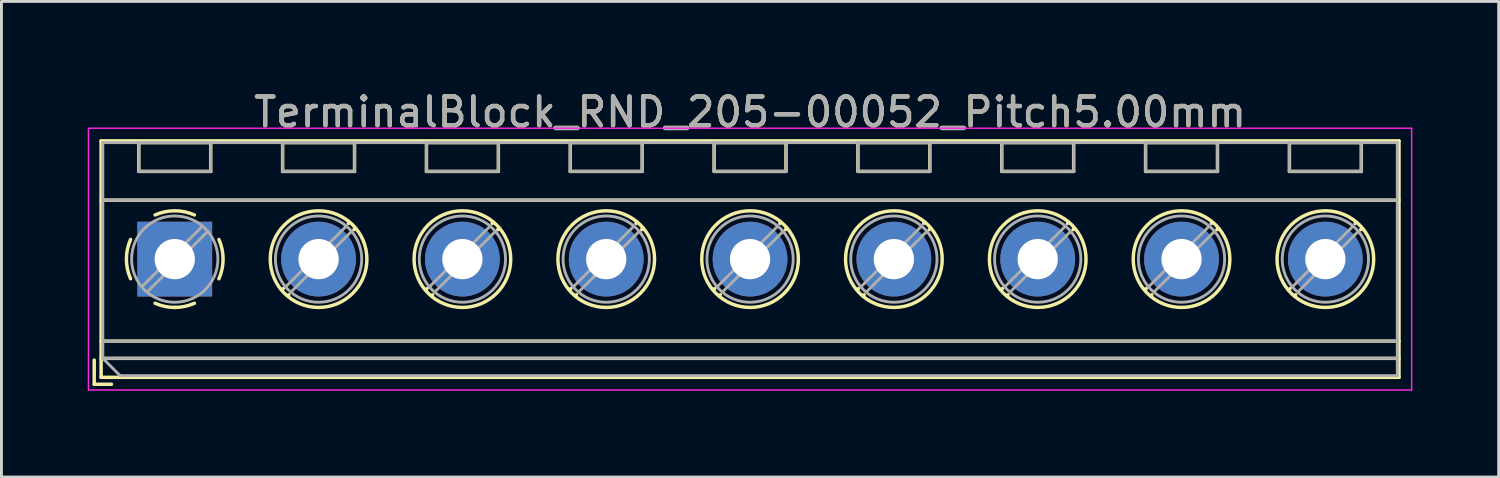
<source format=kicad_pcb>
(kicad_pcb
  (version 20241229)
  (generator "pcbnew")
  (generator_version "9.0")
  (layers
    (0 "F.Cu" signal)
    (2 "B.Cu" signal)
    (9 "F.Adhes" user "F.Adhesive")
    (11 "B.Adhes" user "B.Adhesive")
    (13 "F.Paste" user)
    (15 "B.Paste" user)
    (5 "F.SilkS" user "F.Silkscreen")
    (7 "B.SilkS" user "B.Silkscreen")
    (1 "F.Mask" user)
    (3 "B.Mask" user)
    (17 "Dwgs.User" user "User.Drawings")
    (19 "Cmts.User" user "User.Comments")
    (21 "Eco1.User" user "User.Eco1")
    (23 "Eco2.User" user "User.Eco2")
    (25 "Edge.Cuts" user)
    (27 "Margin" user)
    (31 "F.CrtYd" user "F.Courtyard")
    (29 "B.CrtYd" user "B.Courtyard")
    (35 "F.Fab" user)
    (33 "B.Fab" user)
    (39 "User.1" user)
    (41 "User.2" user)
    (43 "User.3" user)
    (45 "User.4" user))
  (footprint "TerminalBlock_RND_205-00052_Pitch5.00mm"
    (layer "F.Cu")
    (at 3.025 5.958)
    (property "Reference" "TerminalBlock_RND_205-00052_Pitch5.00mm" (at 20 -5.11 0) (layer "F.SilkS") (effects (font (size 1 1) (thickness 0.15))))
    (attr through_hole)
    (fp_line (start -2.8 3.51) (end -2.8 4.35) (stroke (width 0.12) (type solid)) (layer "F.SilkS"))
    (fp_line (start -2.8 4.35) (end -2.2 4.35) (stroke (width 0.12) (type solid)) (layer "F.SilkS"))
    (fp_line (start -2.56 -4.11) (end -2.56 4.11) (stroke (width 0.12) (type solid)) (layer "F.SilkS"))
    (fp_line (start -2.56 -2.05) (end 42.56 -2.05) (stroke (width 0.12) (type solid)) (layer "F.SilkS"))
    (fp_line (start -2.56 2.85) (end 42.56 2.85) (stroke (width 0.12) (type solid)) (layer "F.SilkS"))
    (fp_line (start -2.56 3.45) (end 42.56 3.45) (stroke (width 0.12) (type solid)) (layer "F.SilkS"))
    (fp_line (start -2.56 4.11) (end 42.56 4.11) (stroke (width 0.12) (type solid)) (layer "F.SilkS"))
    (fp_line (start -1.25 -4.05) (end -1.25 -3.05) (stroke (width 0.12) (type solid)) (layer "F.SilkS"))
    (fp_line (start -1.25 -4.05) (end 1.25 -4.05) (stroke (width 0.12) (type solid)) (layer "F.SilkS"))
    (fp_line (start -1.25 -3.05) (end 1.25 -3.05) (stroke (width 0.12) (type solid)) (layer "F.SilkS"))
    (fp_line (start 1.25 -4.05) (end 1.25 -3.05) (stroke (width 0.12) (type solid)) (layer "F.SilkS"))
    (fp_line (start 3.75 -4.05) (end 3.75 -3.05) (stroke (width 0.12) (type solid)) (layer "F.SilkS"))
    (fp_line (start 3.75 -4.05) (end 6.25 -4.05) (stroke (width 0.12) (type solid)) (layer "F.SilkS"))
    (fp_line (start 3.75 -3.05) (end 6.25 -3.05) (stroke (width 0.12) (type solid)) (layer "F.SilkS"))
    (fp_line (start 3.773 1.023) (end 3.726 1.069) (stroke (width 0.12) (type solid)) (layer "F.SilkS"))
    (fp_line (start 3.966 1.239) (end 3.931 1.274) (stroke (width 0.12) (type solid)) (layer "F.SilkS"))
    (fp_line (start 6.07 -1.275) (end 6.035 -1.239) (stroke (width 0.12) (type solid)) (layer "F.SilkS"))
    (fp_line (start 6.25 -4.05) (end 6.25 -3.05) (stroke (width 0.12) (type solid)) (layer "F.SilkS"))
    (fp_line (start 6.275 -1.069) (end 6.228 -1.023) (stroke (width 0.12) (type solid)) (layer "F.SilkS"))
    (fp_line (start 8.75 -4.05) (end 8.75 -3.05) (stroke (width 0.12) (type solid)) (layer "F.SilkS"))
    (fp_line (start 8.75 -4.05) (end 11.25 -4.05) (stroke (width 0.12) (type solid)) (layer "F.SilkS"))
    (fp_line (start 8.75 -3.05) (end 11.25 -3.05) (stroke (width 0.12) (type solid)) (layer "F.SilkS"))
    (fp_line (start 8.773 1.023) (end 8.726 1.069) (stroke (width 0.12) (type solid)) (layer "F.SilkS"))
    (fp_line (start 8.966 1.239) (end 8.931 1.274) (stroke (width 0.12) (type solid)) (layer "F.SilkS"))
    (fp_line (start 11.07 -1.275) (end 11.035 -1.239) (stroke (width 0.12) (type solid)) (layer "F.SilkS"))
    (fp_line (start 11.25 -4.05) (end 11.25 -3.05) (stroke (width 0.12) (type solid)) (layer "F.SilkS"))
    (fp_line (start 11.275 -1.069) (end 11.228 -1.023) (stroke (width 0.12) (type solid)) (layer "F.SilkS"))
    (fp_line (start 13.75 -4.05) (end 13.75 -3.05) (stroke (width 0.12) (type solid)) (layer "F.SilkS"))
    (fp_line (start 13.75 -4.05) (end 16.25 -4.05) (stroke (width 0.12) (type solid)) (layer "F.SilkS"))
    (fp_line (start 13.75 -3.05) (end 16.25 -3.05) (stroke (width 0.12) (type solid)) (layer "F.SilkS"))
    (fp_line (start 13.773 1.023) (end 13.726 1.069) (stroke (width 0.12) (type solid)) (layer "F.SilkS"))
    (fp_line (start 13.966 1.239) (end 13.931 1.274) (stroke (width 0.12) (type solid)) (layer "F.SilkS"))
    (fp_line (start 16.07 -1.275) (end 16.035 -1.239) (stroke (width 0.12) (type solid)) (layer "F.SilkS"))
    (fp_line (start 16.25 -4.05) (end 16.25 -3.05) (stroke (width 0.12) (type solid)) (layer "F.SilkS"))
    (fp_line (start 16.275 -1.069) (end 16.228 -1.023) (stroke (width 0.12) (type solid)) (layer "F.SilkS"))
    (fp_line (start 18.75 -4.05) (end 18.75 -3.05) (stroke (width 0.12) (type solid)) (layer "F.SilkS"))
    (fp_line (start 18.75 -4.05) (end 21.25 -4.05) (stroke (width 0.12) (type solid)) (layer "F.SilkS"))
    (fp_line (start 18.75 -3.05) (end 21.25 -3.05) (stroke (width 0.12) (type solid)) (layer "F.SilkS"))
    (fp_line (start 18.773 1.023) (end 18.726 1.069) (stroke (width 0.12) (type solid)) (layer "F.SilkS"))
    (fp_line (start 18.966 1.239) (end 18.931 1.274) (stroke (width 0.12) (type solid)) (layer "F.SilkS"))
    (fp_line (start 21.07 -1.275) (end 21.035 -1.239) (stroke (width 0.12) (type solid)) (layer "F.SilkS"))
    (fp_line (start 21.25 -4.05) (end 21.25 -3.05) (stroke (width 0.12) (type solid)) (layer "F.SilkS"))
    (fp_line (start 21.275 -1.069) (end 21.228 -1.023) (stroke (width 0.12) (type solid)) (layer "F.SilkS"))
    (fp_line (start 23.75 -4.05) (end 23.75 -3.05) (stroke (width 0.12) (type solid)) (layer "F.SilkS"))
    (fp_line (start 23.75 -4.05) (end 26.25 -4.05) (stroke (width 0.12) (type solid)) (layer "F.SilkS"))
    (fp_line (start 23.75 -3.05) (end 26.25 -3.05) (stroke (width 0.12) (type solid)) (layer "F.SilkS"))
    (fp_line (start 23.773 1.023) (end 23.726 1.069) (stroke (width 0.12) (type solid)) (layer "F.SilkS"))
    (fp_line (start 23.966 1.239) (end 23.931 1.274) (stroke (width 0.12) (type solid)) (layer "F.SilkS"))
    (fp_line (start 26.07 -1.275) (end 26.035 -1.239) (stroke (width 0.12) (type solid)) (layer "F.SilkS"))
    (fp_line (start 26.25 -4.05) (end 26.25 -3.05) (stroke (width 0.12) (type solid)) (layer "F.SilkS"))
    (fp_line (start 26.275 -1.069) (end 26.228 -1.023) (stroke (width 0.12) (type solid)) (layer "F.SilkS"))
    (fp_line (start 28.75 -4.05) (end 28.75 -3.05) (stroke (width 0.12) (type solid)) (layer "F.SilkS"))
    (fp_line (start 28.75 -4.05) (end 31.25 -4.05) (stroke (width 0.12) (type solid)) (layer "F.SilkS"))
    (fp_line (start 28.75 -3.05) (end 31.25 -3.05) (stroke (width 0.12) (type solid)) (layer "F.SilkS"))
    (fp_line (start 28.773 1.023) (end 28.726 1.069) (stroke (width 0.12) (type solid)) (layer "F.SilkS"))
    (fp_line (start 28.966 1.239) (end 28.931 1.274) (stroke (width 0.12) (type solid)) (layer "F.SilkS"))
    (fp_line (start 31.07 -1.275) (end 31.035 -1.239) (stroke (width 0.12) (type solid)) (layer "F.SilkS"))
    (fp_line (start 31.25 -4.05) (end 31.25 -3.05) (stroke (width 0.12) (type solid)) (layer "F.SilkS"))
    (fp_line (start 31.275 -1.069) (end 31.228 -1.023) (stroke (width 0.12) (type solid)) (layer "F.SilkS"))
    (fp_line (start 33.75 -4.05) (end 33.75 -3.05) (stroke (width 0.12) (type solid)) (layer "F.SilkS"))
    (fp_line (start 33.75 -4.05) (end 36.25 -4.05) (stroke (width 0.12) (type solid)) (layer "F.SilkS"))
    (fp_line (start 33.75 -3.05) (end 36.25 -3.05) (stroke (width 0.12) (type solid)) (layer "F.SilkS"))
    (fp_line (start 33.773 1.023) (end 33.726 1.069) (stroke (width 0.12) (type solid)) (layer "F.SilkS"))
    (fp_line (start 33.966 1.239) (end 33.931 1.274) (stroke (width 0.12) (type solid)) (layer "F.SilkS"))
    (fp_line (start 36.07 -1.275) (end 36.035 -1.239) (stroke (width 0.12) (type solid)) (layer "F.SilkS"))
    (fp_line (start 36.25 -4.05) (end 36.25 -3.05) (stroke (width 0.12) (type solid)) (layer "F.SilkS"))
    (fp_line (start 36.275 -1.069) (end 36.228 -1.023) (stroke (width 0.12) (type solid)) (layer "F.SilkS"))
    (fp_line (start 38.75 -4.05) (end 38.75 -3.05) (stroke (width 0.12) (type solid)) (layer "F.SilkS"))
    (fp_line (start 38.75 -4.05) (end 41.25 -4.05) (stroke (width 0.12) (type solid)) (layer "F.SilkS"))
    (fp_line (start 38.75 -3.05) (end 41.25 -3.05) (stroke (width 0.12) (type solid)) (layer "F.SilkS"))
    (fp_line (start 38.773 1.023) (end 38.726 1.069) (stroke (width 0.12) (type solid)) (layer "F.SilkS"))
    (fp_line (start 38.966 1.239) (end 38.931 1.274) (stroke (width 0.12) (type solid)) (layer "F.SilkS"))
    (fp_line (start 41.07 -1.275) (end 41.035 -1.239) (stroke (width 0.12) (type solid)) (layer "F.SilkS"))
    (fp_line (start 41.25 -4.05) (end 41.25 -3.05) (stroke (width 0.12) (type solid)) (layer "F.SilkS"))
    (fp_line (start 41.275 -1.069) (end 41.228 -1.023) (stroke (width 0.12) (type solid)) (layer "F.SilkS"))
    (fp_line (start 42.56 -4.11) (end -2.56 -4.11) (stroke (width 0.12) (type solid)) (layer "F.SilkS"))
    (fp_line (start 42.56 4.11) (end 42.56 -4.11) (stroke (width 0.12) (type solid)) (layer "F.SilkS"))
    (fp_arc (start -1.535427 0.683042) (mid -1.680501 -0.000524) (end -1.535 -0.684) (stroke (width 0.12) (type solid)) (layer "F.SilkS"))
    (fp_arc (start -0.683042 -1.535427) (mid 0.000524 -1.680501) (end 0.684 -1.535) (stroke (width 0.12) (type solid)) (layer "F.SilkS"))
    (fp_arc (start 0.028805 1.680253) (mid -0.335551 1.646659) (end -0.684 1.535) (stroke (width 0.12) (type solid)) (layer "F.SilkS"))
    (fp_arc (start 0.683318 1.534756) (mid 0.349292 1.643288) (end 0 1.68) (stroke (width 0.12) (type solid)) (layer "F.SilkS"))
    (fp_arc (start 1.535427 -0.683042) (mid 1.680501 0.000524) (end 1.535 0.684) (stroke (width 0.12) (type solid)) (layer "F.SilkS"))
    (fp_circle (center 5 0) (end 6.68 0) (stroke (width 0.12) (type solid)) (fill no) (layer "F.SilkS"))
    (fp_circle (center 10 0) (end 11.68 0) (stroke (width 0.12) (type solid)) (fill no) (layer "F.SilkS"))
    (fp_circle (center 15 0) (end 16.68 0) (stroke (width 0.12) (type solid)) (fill no) (layer "F.SilkS"))
    (fp_circle (center 20 0) (end 21.68 0) (stroke (width 0.12) (type solid)) (fill no) (layer "F.SilkS"))
    (fp_circle (center 25 0) (end 26.68 0) (stroke (width 0.12) (type solid)) (fill no) (layer "F.SilkS"))
    (fp_circle (center 30 0) (end 31.68 0) (stroke (width 0.12) (type solid)) (fill no) (layer "F.SilkS"))
    (fp_circle (center 35 0) (end 36.68 0) (stroke (width 0.12) (type solid)) (fill no) (layer "F.SilkS"))
    (fp_circle (center 40 0) (end 41.68 0) (stroke (width 0.12) (type solid)) (fill no) (layer "F.SilkS"))
    (fp_line (start -3 -4.55) (end -3 4.55) (stroke (width 0.05) (type solid)) (layer "F.CrtYd"))
    (fp_line (start -3 4.55) (end 43 4.55) (stroke (width 0.05) (type solid)) (layer "F.CrtYd"))
    (fp_line (start 43 -4.55) (end -3 -4.55) (stroke (width 0.05) (type solid)) (layer "F.CrtYd"))
    (fp_line (start 43 4.55) (end 43 -4.55) (stroke (width 0.05) (type solid)) (layer "F.CrtYd"))
    (fp_line (start -2.5 -4.05) (end 42.5 -4.05) (stroke (width 0.1) (type solid)) (layer "F.Fab"))
    (fp_line (start -2.5 -2.05) (end 42.5 -2.05) (stroke (width 0.1) (type solid)) (layer "F.Fab"))
    (fp_line (start -2.5 2.85) (end 42.5 2.85) (stroke (width 0.1) (type solid)) (layer "F.Fab"))
    (fp_line (start -2.5 3.45) (end -2.5 -4.05) (stroke (width 0.1) (type solid)) (layer "F.Fab"))
    (fp_line (start -2.5 3.45) (end 42.5 3.45) (stroke (width 0.1) (type solid)) (layer "F.Fab"))
    (fp_line (start -1.9 4.05) (end -2.5 3.45) (stroke (width 0.1) (type solid)) (layer "F.Fab"))
    (fp_line (start -1.25 -4.05) (end -1.25 -3.05) (stroke (width 0.1) (type solid)) (layer "F.Fab"))
    (fp_line (start -1.25 -3.05) (end 1.25 -3.05) (stroke (width 0.1) (type solid)) (layer "F.Fab"))
    (fp_line (start 0.955 -1.138) (end -1.138 0.955) (stroke (width 0.1) (type solid)) (layer "F.Fab"))
    (fp_line (start 1.138 -0.955) (end -0.955 1.138) (stroke (width 0.1) (type solid)) (layer "F.Fab"))
    (fp_line (start 1.25 -4.05) (end -1.25 -4.05) (stroke (width 0.1) (type solid)) (layer "F.Fab"))
    (fp_line (start 1.25 -3.05) (end 1.25 -4.05) (stroke (width 0.1) (type solid)) (layer "F.Fab"))
    (fp_line (start 3.75 -4.05) (end 3.75 -3.05) (stroke (width 0.1) (type solid)) (layer "F.Fab"))
    (fp_line (start 3.75 -3.05) (end 6.25 -3.05) (stroke (width 0.1) (type solid)) (layer "F.Fab"))
    (fp_line (start 5.955 -1.138) (end 3.863 0.955) (stroke (width 0.1) (type solid)) (layer "F.Fab"))
    (fp_line (start 6.138 -0.955) (end 4.046 1.138) (stroke (width 0.1) (type solid)) (layer "F.Fab"))
    (fp_line (start 6.25 -4.05) (end 3.75 -4.05) (stroke (width 0.1) (type solid)) (layer "F.Fab"))
    (fp_line (start 6.25 -3.05) (end 6.25 -4.05) (stroke (width 0.1) (type solid)) (layer "F.Fab"))
    (fp_line (start 8.75 -4.05) (end 8.75 -3.05) (stroke (width 0.1) (type solid)) (layer "F.Fab"))
    (fp_line (start 8.75 -3.05) (end 11.25 -3.05) (stroke (width 0.1) (type solid)) (layer "F.Fab"))
    (fp_line (start 10.955 -1.138) (end 8.863 0.955) (stroke (width 0.1) (type solid)) (layer "F.Fab"))
    (fp_line (start 11.138 -0.955) (end 9.046 1.138) (stroke (width 0.1) (type solid)) (layer "F.Fab"))
    (fp_line (start 11.25 -4.05) (end 8.75 -4.05) (stroke (width 0.1) (type solid)) (layer "F.Fab"))
    (fp_line (start 11.25 -3.05) (end 11.25 -4.05) (stroke (width 0.1) (type solid)) (layer "F.Fab"))
    (fp_line (start 13.75 -4.05) (end 13.75 -3.05) (stroke (width 0.1) (type solid)) (layer "F.Fab"))
    (fp_line (start 13.75 -3.05) (end 16.25 -3.05) (stroke (width 0.1) (type solid)) (layer "F.Fab"))
    (fp_line (start 15.955 -1.138) (end 13.863 0.955) (stroke (width 0.1) (type solid)) (layer "F.Fab"))
    (fp_line (start 16.138 -0.955) (end 14.046 1.138) (stroke (width 0.1) (type solid)) (layer "F.Fab"))
    (fp_line (start 16.25 -4.05) (end 13.75 -4.05) (stroke (width 0.1) (type solid)) (layer "F.Fab"))
    (fp_line (start 16.25 -3.05) (end 16.25 -4.05) (stroke (width 0.1) (type solid)) (layer "F.Fab"))
    (fp_line (start 18.75 -4.05) (end 18.75 -3.05) (stroke (width 0.1) (type solid)) (layer "F.Fab"))
    (fp_line (start 18.75 -3.05) (end 21.25 -3.05) (stroke (width 0.1) (type solid)) (layer "F.Fab"))
    (fp_line (start 20.955 -1.138) (end 18.863 0.955) (stroke (width 0.1) (type solid)) (layer "F.Fab"))
    (fp_line (start 21.138 -0.955) (end 19.046 1.138) (stroke (width 0.1) (type solid)) (layer "F.Fab"))
    (fp_line (start 21.25 -4.05) (end 18.75 -4.05) (stroke (width 0.1) (type solid)) (layer "F.Fab"))
    (fp_line (start 21.25 -3.05) (end 21.25 -4.05) (stroke (width 0.1) (type solid)) (layer "F.Fab"))
    (fp_line (start 23.75 -4.05) (end 23.75 -3.05) (stroke (width 0.1) (type solid)) (layer "F.Fab"))
    (fp_line (start 23.75 -3.05) (end 26.25 -3.05) (stroke (width 0.1) (type solid)) (layer "F.Fab"))
    (fp_line (start 25.955 -1.138) (end 23.863 0.955) (stroke (width 0.1) (type solid)) (layer "F.Fab"))
    (fp_line (start 26.138 -0.955) (end 24.046 1.138) (stroke (width 0.1) (type solid)) (layer "F.Fab"))
    (fp_line (start 26.25 -4.05) (end 23.75 -4.05) (stroke (width 0.1) (type solid)) (layer "F.Fab"))
    (fp_line (start 26.25 -3.05) (end 26.25 -4.05) (stroke (width 0.1) (type solid)) (layer "F.Fab"))
    (fp_line (start 28.75 -4.05) (end 28.75 -3.05) (stroke (width 0.1) (type solid)) (layer "F.Fab"))
    (fp_line (start 28.75 -3.05) (end 31.25 -3.05) (stroke (width 0.1) (type solid)) (layer "F.Fab"))
    (fp_line (start 30.955 -1.138) (end 28.863 0.955) (stroke (width 0.1) (type solid)) (layer "F.Fab"))
    (fp_line (start 31.138 -0.955) (end 29.046 1.138) (stroke (width 0.1) (type solid)) (layer "F.Fab"))
    (fp_line (start 31.25 -4.05) (end 28.75 -4.05) (stroke (width 0.1) (type solid)) (layer "F.Fab"))
    (fp_line (start 31.25 -3.05) (end 31.25 -4.05) (stroke (width 0.1) (type solid)) (layer "F.Fab"))
    (fp_line (start 33.75 -4.05) (end 33.75 -3.05) (stroke (width 0.1) (type solid)) (layer "F.Fab"))
    (fp_line (start 33.75 -3.05) (end 36.25 -3.05) (stroke (width 0.1) (type solid)) (layer "F.Fab"))
    (fp_line (start 35.955 -1.138) (end 33.863 0.955) (stroke (width 0.1) (type solid)) (layer "F.Fab"))
    (fp_line (start 36.138 -0.955) (end 34.046 1.138) (stroke (width 0.1) (type solid)) (layer "F.Fab"))
    (fp_line (start 36.25 -4.05) (end 33.75 -4.05) (stroke (width 0.1) (type solid)) (layer "F.Fab"))
    (fp_line (start 36.25 -3.05) (end 36.25 -4.05) (stroke (width 0.1) (type solid)) (layer "F.Fab"))
    (fp_line (start 38.75 -4.05) (end 38.75 -3.05) (stroke (width 0.1) (type solid)) (layer "F.Fab"))
    (fp_line (start 38.75 -3.05) (end 41.25 -3.05) (stroke (width 0.1) (type solid)) (layer "F.Fab"))
    (fp_line (start 40.955 -1.138) (end 38.863 0.955) (stroke (width 0.1) (type solid)) (layer "F.Fab"))
    (fp_line (start 41.138 -0.955) (end 39.046 1.138) (stroke (width 0.1) (type solid)) (layer "F.Fab"))
    (fp_line (start 41.25 -4.05) (end 38.75 -4.05) (stroke (width 0.1) (type solid)) (layer "F.Fab"))
    (fp_line (start 41.25 -3.05) (end 41.25 -4.05) (stroke (width 0.1) (type solid)) (layer "F.Fab"))
    (fp_line (start 42.5 -4.05) (end 42.5 4.05) (stroke (width 0.1) (type solid)) (layer "F.Fab"))
    (fp_line (start 42.5 4.05) (end -1.9 4.05) (stroke (width 0.1) (type solid)) (layer "F.Fab"))
    (fp_circle (center 0 0) (end 1.5 0) (stroke (width 0.1) (type solid)) (fill no) (layer "F.Fab"))
    (fp_circle (center 5 0) (end 6.5 0) (stroke (width 0.1) (type solid)) (fill no) (layer "F.Fab"))
    (fp_circle (center 10 0) (end 11.5 0) (stroke (width 0.1) (type solid)) (fill no) (layer "F.Fab"))
    (fp_circle (center 15 0) (end 16.5 0) (stroke (width 0.1) (type solid)) (fill no) (layer "F.Fab"))
    (fp_circle (center 20 0) (end 21.5 0) (stroke (width 0.1) (type solid)) (fill no) (layer "F.Fab"))
    (fp_circle (center 25 0) (end 26.5 0) (stroke (width 0.1) (type solid)) (fill no) (layer "F.Fab"))
    (fp_circle (center 30 0) (end 31.5 0) (stroke (width 0.1) (type solid)) (fill no) (layer "F.Fab"))
    (fp_circle (center 35 0) (end 36.5 0) (stroke (width 0.1) (type solid)) (fill no) (layer "F.Fab"))
    (fp_circle (center 40 0) (end 41.5 0) (stroke (width 0.1) (type solid)) (fill no) (layer "F.Fab"))
    (fp_text user "${REFERENCE}" (at 20 -5.11 0) (layer "F.Fab") (effects (font (size 1 1) (thickness 0.15))))
    (pad "1" thru_hole rect (at 0 0) (size 2.6 2.6) (drill 1.4) (layers "*.Cu" "*.Mask"))
    (pad "2" thru_hole circle (at 5 0) (size 2.6 2.6) (drill 1.4) (layers "*.Cu" "*.Mask"))
    (pad "3" thru_hole circle (at 10 0) (size 2.6 2.6) (drill 1.4) (layers "*.Cu" "*.Mask"))
    (pad "4" thru_hole circle (at 15 0) (size 2.6 2.6) (drill 1.4) (layers "*.Cu" "*.Mask"))
    (pad "5" thru_hole circle (at 20 0) (size 2.6 2.6) (drill 1.4) (layers "*.Cu" "*.Mask"))
    (pad "6" thru_hole circle (at 25 0) (size 2.6 2.6) (drill 1.4) (layers "*.Cu" "*.Mask"))
    (pad "7" thru_hole circle (at 30 0) (size 2.6 2.6) (drill 1.4) (layers "*.Cu" "*.Mask"))
    (pad "8" thru_hole circle (at 35 0) (size 2.6 2.6) (drill 1.4) (layers "*.Cu" "*.Mask"))
    (pad "9" thru_hole circle (at 40 0) (size 2.6 2.6) (drill 1.4) (layers "*.Cu" "*.Mask")))
  (gr_rect
    (start -3 -3)
    (end 49.05 13.533)
    (stroke (width 0.1) (type default))
    (fill no)
    (layer "Edge.Cuts")))
</source>
